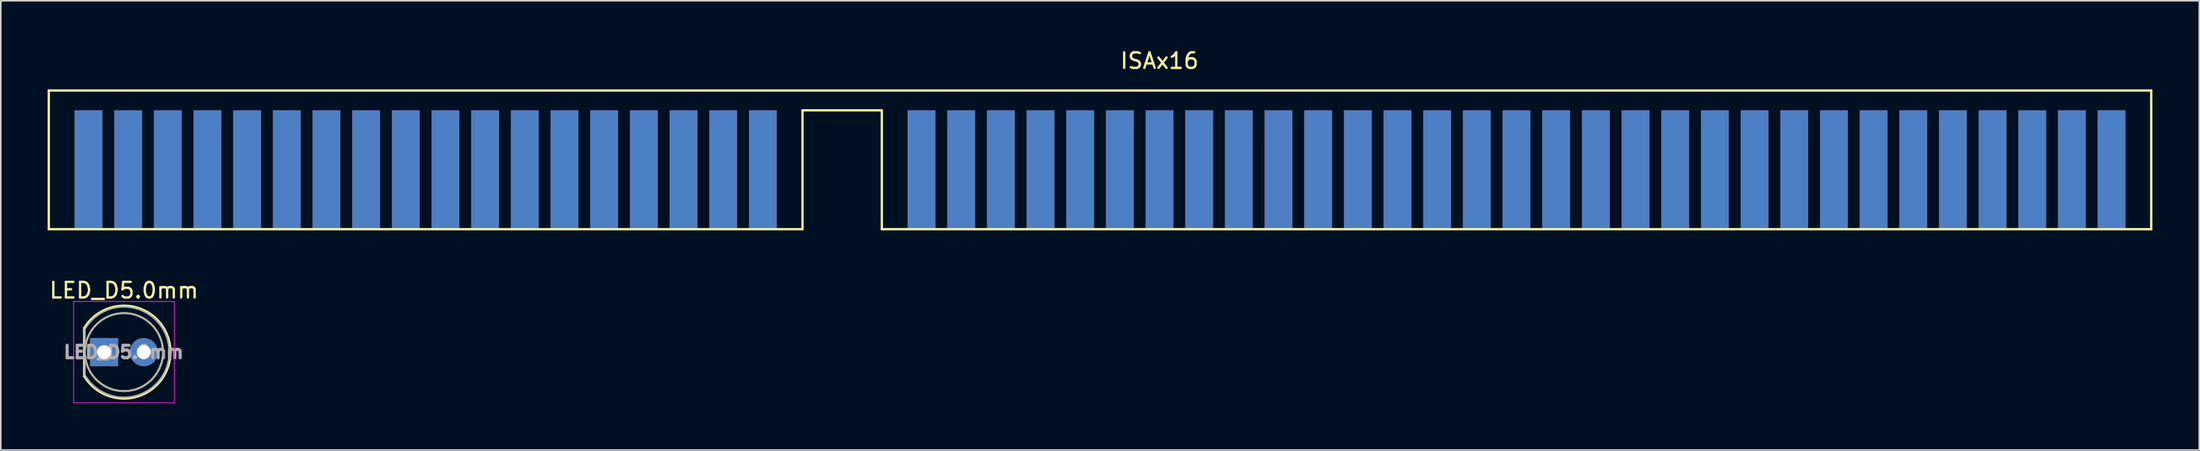
<source format=kicad_pcb>
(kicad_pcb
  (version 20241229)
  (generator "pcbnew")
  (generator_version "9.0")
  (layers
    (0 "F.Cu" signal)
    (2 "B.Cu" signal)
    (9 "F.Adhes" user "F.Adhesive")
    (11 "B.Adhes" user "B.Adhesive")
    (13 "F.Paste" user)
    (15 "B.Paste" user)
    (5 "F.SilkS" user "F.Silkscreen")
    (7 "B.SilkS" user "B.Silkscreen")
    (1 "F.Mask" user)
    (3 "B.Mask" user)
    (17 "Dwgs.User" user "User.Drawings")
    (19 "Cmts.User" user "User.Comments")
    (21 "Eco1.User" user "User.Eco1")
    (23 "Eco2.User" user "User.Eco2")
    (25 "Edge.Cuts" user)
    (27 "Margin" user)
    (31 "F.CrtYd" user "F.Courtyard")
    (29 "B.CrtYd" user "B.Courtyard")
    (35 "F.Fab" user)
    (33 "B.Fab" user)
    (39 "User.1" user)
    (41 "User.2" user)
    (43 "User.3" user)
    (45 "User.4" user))
  (footprint "ISAx16"
    (layer "F.Cu")
    (at 68.655 6.563)
    (property "Reference" "ISAx16" (at 2.54 -5.715 0) (layer "F.SilkS") (effects (font (size 1 1) (thickness 0.15))))
    (attr through_hole)
    (fp_line (start -68.58 -3.81) (end 66.04 -3.81) (stroke (width 0.15) (type solid)) (layer "F.SilkS"))
    (fp_line (start -68.58 5.08) (end -68.58 -3.81) (stroke (width 0.15) (type solid)) (layer "F.SilkS"))
    (fp_line (start -20.32 -2.54) (end -20.32 5.08) (stroke (width 0.15) (type solid)) (layer "F.SilkS"))
    (fp_line (start -20.32 5.08) (end -68.58 5.08) (stroke (width 0.15) (type solid)) (layer "F.SilkS"))
    (fp_line (start -15.24 -2.54) (end -20.32 -2.54) (stroke (width 0.15) (type solid)) (layer "F.SilkS"))
    (fp_line (start -15.24 5.08) (end -15.24 -2.54) (stroke (width 0.15) (type solid)) (layer "F.SilkS"))
    (fp_line (start 66.04 -3.81) (end 66.04 5.08) (stroke (width 0.15) (type solid)) (layer "F.SilkS"))
    (fp_line (start 66.04 5.08) (end -15.24 5.08) (stroke (width 0.15) (type solid)) (layer "F.SilkS"))
    (pad "A1" smd rect (at 63.5 1.27) (size 1.778 7.62) (layers "F.Cu" "F.Mask" "F.Paste"))
    (pad "A2" smd rect (at 60.96 1.27) (size 1.778 7.62) (layers "F.Cu" "F.Mask" "F.Paste"))
    (pad "A3" smd rect (at 58.42 1.27) (size 1.778 7.62) (layers "F.Cu" "F.Mask" "F.Paste"))
    (pad "A4" smd rect (at 55.88 1.27) (size 1.778 7.62) (layers "F.Cu" "F.Mask" "F.Paste"))
    (pad "A5" smd rect (at 53.34 1.27) (size 1.778 7.62) (layers "F.Cu" "F.Mask" "F.Paste"))
    (pad "A6" smd rect (at 50.8 1.27) (size 1.778 7.62) (layers "F.Cu" "F.Mask" "F.Paste"))
    (pad "A7" smd rect (at 48.26 1.27) (size 1.778 7.62) (layers "F.Cu" "F.Mask" "F.Paste"))
    (pad "A8" smd rect (at 45.72 1.27) (size 1.778 7.62) (layers "F.Cu" "F.Mask" "F.Paste"))
    (pad "A9" smd rect (at 43.18 1.27) (size 1.778 7.62) (layers "F.Cu" "F.Mask" "F.Paste"))
    (pad "A10" smd rect (at 40.64 1.27) (size 1.778 7.62) (layers "F.Cu" "F.Mask" "F.Paste"))
    (pad "A11" smd rect (at 38.1 1.27) (size 1.778 7.62) (layers "F.Cu" "F.Mask" "F.Paste"))
    (pad "A12" smd rect (at 35.56 1.27) (size 1.778 7.62) (layers "F.Cu" "F.Mask" "F.Paste"))
    (pad "A13" smd rect (at 33.02 1.27) (size 1.778 7.62) (layers "F.Cu" "F.Mask" "F.Paste"))
    (pad "A14" smd rect (at 30.48 1.27) (size 1.778 7.62) (layers "F.Cu" "F.Mask" "F.Paste"))
    (pad "A15" smd rect (at 27.94 1.27) (size 1.778 7.62) (layers "F.Cu" "F.Mask" "F.Paste"))
    (pad "A16" smd rect (at 25.4 1.27) (size 1.778 7.62) (layers "F.Cu" "F.Mask" "F.Paste"))
    (pad "A17" smd rect (at 22.86 1.27) (size 1.778 7.62) (layers "F.Cu" "F.Mask" "F.Paste"))
    (pad "A18" smd rect (at 20.32 1.27) (size 1.778 7.62) (layers "F.Cu" "F.Mask" "F.Paste"))
    (pad "A19" smd rect (at 17.78 1.27) (size 1.778 7.62) (layers "F.Cu" "F.Mask" "F.Paste"))
    (pad "A20" smd rect (at 15.24 1.27) (size 1.778 7.62) (layers "F.Cu" "F.Mask" "F.Paste"))
    (pad "A21" smd rect (at 12.7 1.27) (size 1.778 7.62) (layers "F.Cu" "F.Mask" "F.Paste"))
    (pad "A22" smd rect (at 10.16 1.27) (size 1.778 7.62) (layers "F.Cu" "F.Mask" "F.Paste"))
    (pad "A23" smd rect (at 7.62 1.27) (size 1.778 7.62) (layers "F.Cu" "F.Mask" "F.Paste"))
    (pad "A24" smd rect (at 5.08 1.27) (size 1.778 7.62) (layers "F.Cu" "F.Mask" "F.Paste"))
    (pad "A25" smd rect (at 2.54 1.27) (size 1.778 7.62) (layers "F.Cu" "F.Mask" "F.Paste"))
    (pad "A26" smd rect (at 0 1.27) (size 1.778 7.62) (layers "F.Cu" "F.Mask" "F.Paste"))
    (pad "A27" smd rect (at -2.54 1.27) (size 1.778 7.62) (layers "F.Cu" "F.Mask" "F.Paste"))
    (pad "A28" smd rect (at -5.08 1.27) (size 1.778 7.62) (layers "F.Cu" "F.Mask" "F.Paste"))
    (pad "A29" smd rect (at -7.62 1.27) (size 1.778 7.62) (layers "F.Cu" "F.Mask" "F.Paste"))
    (pad "A30" smd rect (at -10.16 1.27) (size 1.778 7.62) (layers "F.Cu" "F.Mask" "F.Paste"))
    (pad "A31" smd rect (at -12.7 1.27) (size 1.778 7.62) (layers "F.Cu" "F.Mask" "F.Paste"))
    (pad "B1" smd rect (at 63.5 1.27) (size 1.778 7.62) (layers "B.Cu" "B.Mask" "B.Paste"))
    (pad "B2" smd rect (at 60.96 1.27) (size 1.778 7.62) (layers "B.Cu" "B.Mask" "B.Paste"))
    (pad "B3" smd rect (at 58.42 1.27) (size 1.778 7.62) (layers "B.Cu" "B.Mask" "B.Paste"))
    (pad "B4" smd rect (at 55.88 1.27) (size 1.778 7.62) (layers "B.Cu" "B.Mask" "B.Paste"))
    (pad "B5" smd rect (at 53.34 1.27) (size 1.778 7.62) (layers "B.Cu" "B.Mask" "B.Paste"))
    (pad "B6" smd rect (at 50.8 1.27) (size 1.778 7.62) (layers "B.Cu" "B.Mask" "B.Paste"))
    (pad "B7" smd rect (at 48.26 1.27) (size 1.778 7.62) (layers "B.Cu" "B.Mask" "B.Paste"))
    (pad "B8" smd rect (at 45.72 1.27) (size 1.778 7.62) (layers "B.Cu" "B.Mask" "B.Paste"))
    (pad "B9" smd rect (at 43.18 1.27) (size 1.778 7.62) (layers "B.Cu" "B.Mask" "B.Paste"))
    (pad "B10" smd rect (at 40.64 1.27) (size 1.778 7.62) (layers "B.Cu" "B.Mask" "B.Paste"))
    (pad "B11" smd rect (at 38.1 1.27) (size 1.778 7.62) (layers "B.Cu" "B.Mask" "B.Paste"))
    (pad "B12" smd rect (at 35.56 1.27) (size 1.778 7.62) (layers "B.Cu" "B.Mask" "B.Paste"))
    (pad "B13" smd rect (at 33.02 1.27) (size 1.778 7.62) (layers "B.Cu" "B.Mask" "B.Paste"))
    (pad "B14" smd rect (at 30.48 1.27) (size 1.778 7.62) (layers "B.Cu" "B.Mask" "B.Paste"))
    (pad "B15" smd rect (at 27.94 1.27) (size 1.778 7.62) (layers "B.Cu" "B.Mask" "B.Paste"))
    (pad "B16" smd rect (at 25.4 1.27) (size 1.778 7.62) (layers "B.Cu" "B.Mask" "B.Paste"))
    (pad "B17" smd rect (at 22.86 1.27) (size 1.778 7.62) (layers "B.Cu" "B.Mask" "B.Paste"))
    (pad "B18" smd rect (at 20.32 1.27) (size 1.778 7.62) (layers "B.Cu" "B.Mask" "B.Paste"))
    (pad "B19" smd rect (at 17.78 1.27) (size 1.778 7.62) (layers "B.Cu" "B.Mask" "B.Paste"))
    (pad "B20" smd rect (at 15.24 1.27) (size 1.778 7.62) (layers "B.Cu" "B.Mask" "B.Paste"))
    (pad "B21" smd rect (at 12.7 1.27) (size 1.778 7.62) (layers "B.Cu" "B.Mask" "B.Paste"))
    (pad "B22" smd rect (at 10.16 1.27) (size 1.778 7.62) (layers "B.Cu" "B.Mask" "B.Paste"))
    (pad "B23" smd rect (at 7.62 1.27) (size 1.778 7.62) (layers "B.Cu" "B.Mask" "B.Paste"))
    (pad "B24" smd rect (at 5.08 1.27) (size 1.778 7.62) (layers "B.Cu" "B.Mask" "B.Paste"))
    (pad "B25" smd rect (at 2.54 1.27) (size 1.778 7.62) (layers "B.Cu" "B.Mask" "B.Paste"))
    (pad "B26" smd rect (at 0 1.27) (size 1.778 7.62) (layers "B.Cu" "B.Mask" "B.Paste"))
    (pad "B27" smd rect (at -2.54 1.27) (size 1.778 7.62) (layers "B.Cu" "B.Mask" "B.Paste"))
    (pad "B28" smd rect (at -5.08 1.27) (size 1.778 7.62) (layers "B.Cu" "B.Mask" "B.Paste"))
    (pad "B29" smd rect (at -7.62 1.27) (size 1.778 7.62) (layers "B.Cu" "B.Mask" "B.Paste"))
    (pad "B30" smd rect (at -10.16 1.27) (size 1.778 7.62) (layers "B.Cu" "B.Mask" "B.Paste"))
    (pad "B31" smd rect (at -12.7 1.27) (size 1.778 7.62) (layers "B.Cu" "B.Mask" "B.Paste"))
    (pad "C1" smd rect (at -22.86 1.27) (size 1.778 7.62) (layers "F.Cu" "F.Mask" "F.Paste"))
    (pad "C2" smd rect (at -25.4 1.27) (size 1.778 7.62) (layers "F.Cu" "F.Mask" "F.Paste"))
    (pad "C3" smd rect (at -27.94 1.27) (size 1.778 7.62) (layers "F.Cu" "F.Mask" "F.Paste"))
    (pad "C4" smd rect (at -30.48 1.27) (size 1.778 7.62) (layers "F.Cu" "F.Mask" "F.Paste"))
    (pad "C5" smd rect (at -33.02 1.27) (size 1.778 7.62) (layers "F.Cu" "F.Mask" "F.Paste"))
    (pad "C6" smd rect (at -35.56 1.27) (size 1.778 7.62) (layers "F.Cu" "F.Mask" "F.Paste"))
    (pad "C7" smd rect (at -38.1 1.27) (size 1.778 7.62) (layers "F.Cu" "F.Mask" "F.Paste"))
    (pad "C8" smd rect (at -40.64 1.27) (size 1.778 7.62) (layers "F.Cu" "F.Mask" "F.Paste"))
    (pad "C9" smd rect (at -43.18 1.27) (size 1.778 7.62) (layers "F.Cu" "F.Mask" "F.Paste"))
    (pad "C10" smd rect (at -45.72 1.27) (size 1.778 7.62) (layers "F.Cu" "F.Mask" "F.Paste"))
    (pad "C11" smd rect (at -48.26 1.27) (size 1.778 7.62) (layers "F.Cu" "F.Mask" "F.Paste"))
    (pad "C12" smd rect (at -50.8 1.27) (size 1.778 7.62) (layers "F.Cu" "F.Mask" "F.Paste"))
    (pad "C13" smd rect (at -53.34 1.27) (size 1.778 7.62) (layers "F.Cu" "F.Mask" "F.Paste"))
    (pad "C14" smd rect (at -55.88 1.27) (size 1.778 7.62) (layers "F.Cu" "F.Mask" "F.Paste"))
    (pad "C15" smd rect (at -58.42 1.27) (size 1.778 7.62) (layers "F.Cu" "F.Mask" "F.Paste"))
    (pad "C16" smd rect (at -60.96 1.27) (size 1.778 7.62) (layers "F.Cu" "F.Mask" "F.Paste"))
    (pad "C17" smd rect (at -63.5 1.27) (size 1.778 7.62) (layers "F.Cu" "F.Mask" "F.Paste"))
    (pad "C18" smd rect (at -66.04 1.27) (size 1.778 7.62) (layers "F.Cu" "F.Mask" "F.Paste"))
    (pad "D1" smd rect (at -22.86 1.27) (size 1.778 7.62) (layers "B.Cu" "B.Mask" "B.Paste"))
    (pad "D2" smd rect (at -25.4 1.27) (size 1.778 7.62) (layers "B.Cu" "B.Mask" "B.Paste"))
    (pad "D3" smd rect (at -27.94 1.27) (size 1.778 7.62) (layers "B.Cu" "B.Mask" "B.Paste"))
    (pad "D4" smd rect (at -30.48 1.27) (size 1.778 7.62) (layers "B.Cu" "B.Mask" "B.Paste"))
    (pad "D5" smd rect (at -33.02 1.27) (size 1.778 7.62) (layers "B.Cu" "B.Mask" "B.Paste"))
    (pad "D6" smd rect (at -35.56 1.27) (size 1.778 7.62) (layers "B.Cu" "B.Mask" "B.Paste"))
    (pad "D7" smd rect (at -38.1 1.27) (size 1.778 7.62) (layers "B.Cu" "B.Mask" "B.Paste"))
    (pad "D8" smd rect (at -40.64 1.27) (size 1.778 7.62) (layers "B.Cu" "B.Mask" "B.Paste"))
    (pad "D9" smd rect (at -43.18 1.27) (size 1.778 7.62) (layers "B.Cu" "B.Mask" "B.Paste"))
    (pad "D10" smd rect (at -45.72 1.27) (size 1.778 7.62) (layers "B.Cu" "B.Mask" "B.Paste"))
    (pad "D11" smd rect (at -48.26 1.27) (size 1.778 7.62) (layers "B.Cu" "B.Mask" "B.Paste"))
    (pad "D12" smd rect (at -50.8 1.27) (size 1.778 7.62) (layers "B.Cu" "B.Mask" "B.Paste"))
    (pad "D13" smd rect (at -53.34 1.27) (size 1.778 7.62) (layers "B.Cu" "B.Mask" "B.Paste"))
    (pad "D14" smd rect (at -55.88 1.27) (size 1.778 7.62) (layers "B.Cu" "B.Mask" "B.Paste"))
    (pad "D15" smd rect (at -58.42 1.27) (size 1.778 7.62) (layers "B.Cu" "B.Mask" "B.Paste"))
    (pad "D16" smd rect (at -60.96 1.27) (size 1.778 7.62) (layers "B.Cu" "B.Mask" "B.Paste"))
    (pad "D17" smd rect (at -63.5 1.27) (size 1.778 7.62) (layers "B.Cu" "B.Mask" "B.Paste"))
    (pad "D18" smd rect (at -66.04 1.27) (size 1.778 7.62) (layers "B.Cu" "B.Mask" "B.Paste")))
  (footprint "LED_D5.0mm"
    (layer "F.Cu")
    (at 3.617 19.526)
    (property "Reference" "LED_D5.0mm" (at 1.27 -3.96 0) (layer "F.SilkS") (effects (font (size 1 1) (thickness 0.15))))
    (attr through_hole)
    (fp_line (start -1.29 -1.545) (end -1.29 1.545) (stroke (width 0.12) (type solid)) (layer "F.SilkS"))
    (fp_arc (start -1.29 -1.54483) (mid 2.072002 -2.880433) (end 4.26 0.000462) (stroke (width 0.12) (type solid)) (layer "F.SilkS"))
    (fp_arc (start 4.26 -0.000462) (mid 2.072002 2.880433) (end -1.29 1.54483) (stroke (width 0.12) (type solid)) (layer "F.SilkS"))
    (fp_circle (center 1.27 0) (end 3.77 0) (stroke (width 0.12) (type solid)) (fill no) (layer "F.SilkS"))
    (fp_line (start -1.95 -3.25) (end -1.95 3.25) (stroke (width 0.05) (type solid)) (layer "F.CrtYd"))
    (fp_line (start -1.95 3.25) (end 4.5 3.25) (stroke (width 0.05) (type solid)) (layer "F.CrtYd"))
    (fp_line (start 4.5 -3.25) (end -1.95 -3.25) (stroke (width 0.05) (type solid)) (layer "F.CrtYd"))
    (fp_line (start 4.5 3.25) (end 4.5 -3.25) (stroke (width 0.05) (type solid)) (layer "F.CrtYd"))
    (fp_line (start -1.23 -1.47) (end -1.23 1.47) (stroke (width 0.1) (type solid)) (layer "F.Fab"))
    (fp_arc (start -1.23 -1.469694) (mid 4.17 0.000016) (end -1.230016 1.469666) (stroke (width 0.1) (type solid)) (layer "F.Fab"))
    (fp_circle (center 1.27 0) (end 3.77 0) (stroke (width 0.1) (type solid)) (fill no) (layer "F.Fab"))
    (fp_text user "${REFERENCE}" (at 1.25 0 0) (layer "F.Fab") (effects (font (size 0.8 0.8) (thickness 0.2))))
    (pad "1" thru_hole rect (at 0 0) (size 1.8 1.8) (drill 0.9) (layers "*.Cu" "*.Mask"))
    (pad "2" thru_hole circle (at 2.54 0) (size 1.8 1.8) (drill 0.9) (layers "*.Cu" "*.Mask")))
  (gr_rect
    (start -3 -3)
    (end 137.77 25.802)
    (stroke (width 0.1) (type default))
    (fill no)
    (layer "Edge.Cuts")))
</source>
